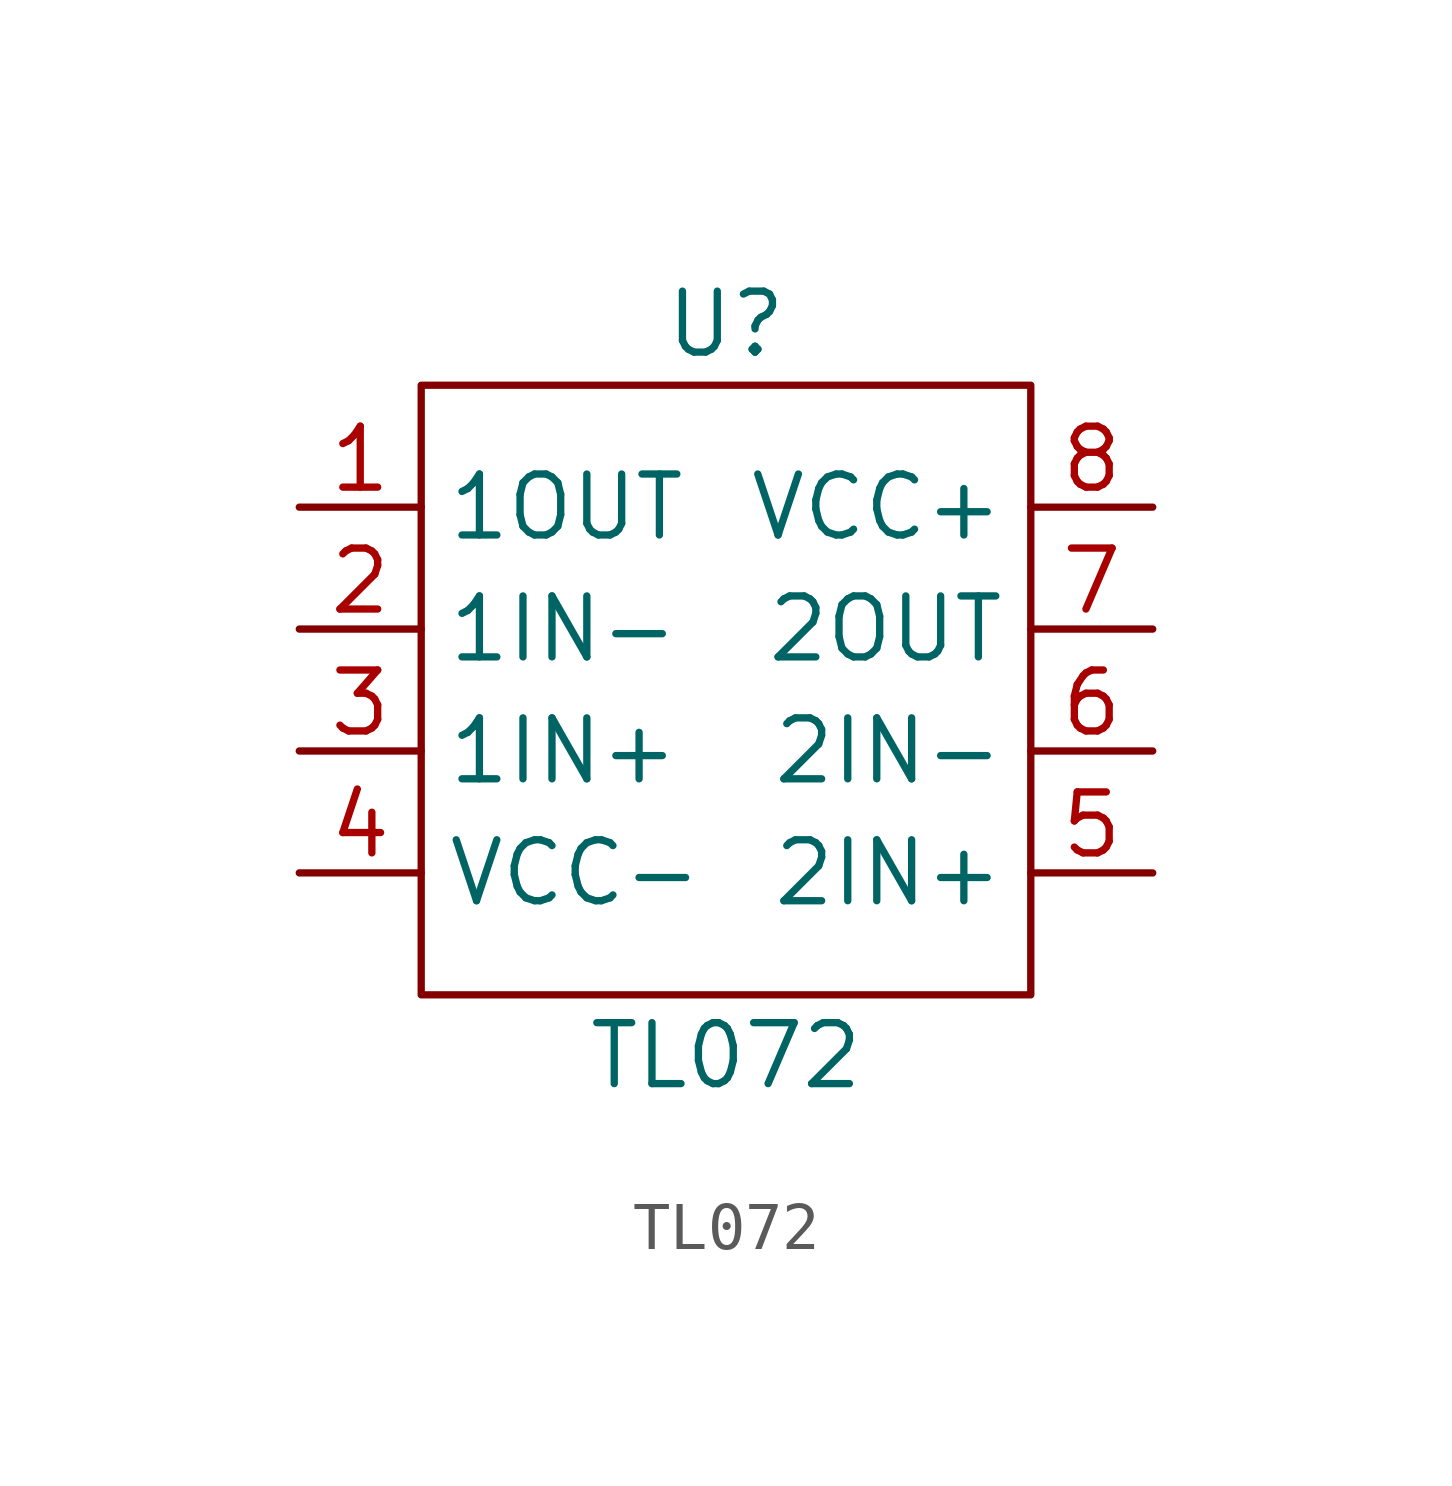
<source format=kicad_sym>
(kicad_symbol_lib
  (version 20211014)
  (generator kicad_symbol_editor)
  (symbol "TL072"
    (property "Reference" "U"
      (at 0 7.62 0)
      (effects (font (size 1.27 1.27))))
    (property "Value" "TL072"
      (at 0 -7.62 0)
      (effects (font (size 1.27 1.27))))
    (symbol "TL072_0_1"
      (rectangle (start -6.35 6.35) (end 6.35 -6.35) (stroke (width 0) (type default) (color 0 0 0 0)) (fill (type none))))
    (symbol "TL072_1_1"
      (pin output line (at -8.89 3.81 0) (length 2.54) (name "1OUT" (effects (font (size 1.27 1.27)))) (number "1" (effects (font (size 1.27 1.27)))))
      (pin input line (at -8.89 1.27 0) (length 2.54) (name "1IN-" (effects (font (size 1.27 1.27)))) (number "2" (effects (font (size 1.27 1.27)))))
      (pin input line (at -8.89 -1.27 0) (length 2.54) (name "1IN+" (effects (font (size 1.27 1.27)))) (number "3" (effects (font (size 1.27 1.27)))))
      (pin input line (at -8.89 -3.81 0) (length 2.54) (name "VCC-" (effects (font (size 1.27 1.27)))) (number "4" (effects (font (size 1.27 1.27)))))
      (pin input line (at 8.89 -3.81 180) (length 2.54) (name "2IN+" (effects (font (size 1.27 1.27)))) (number "5" (effects (font (size 1.27 1.27)))))
      (pin input line (at 8.89 -1.27 180) (length 2.54) (name "2IN-" (effects (font (size 1.27 1.27)))) (number "6" (effects (font (size 1.27 1.27)))))
      (pin output line (at 8.89 1.27 180) (length 2.54) (name "2OUT" (effects (font (size 1.27 1.27)))) (number "7" (effects (font (size 1.27 1.27)))))
      (pin input line (at 8.89 3.81 180) (length 2.54) (name "VCC+" (effects (font (size 1.27 1.27)))) (number "8" (effects (font (size 1.27 1.27))))))))
</source>
